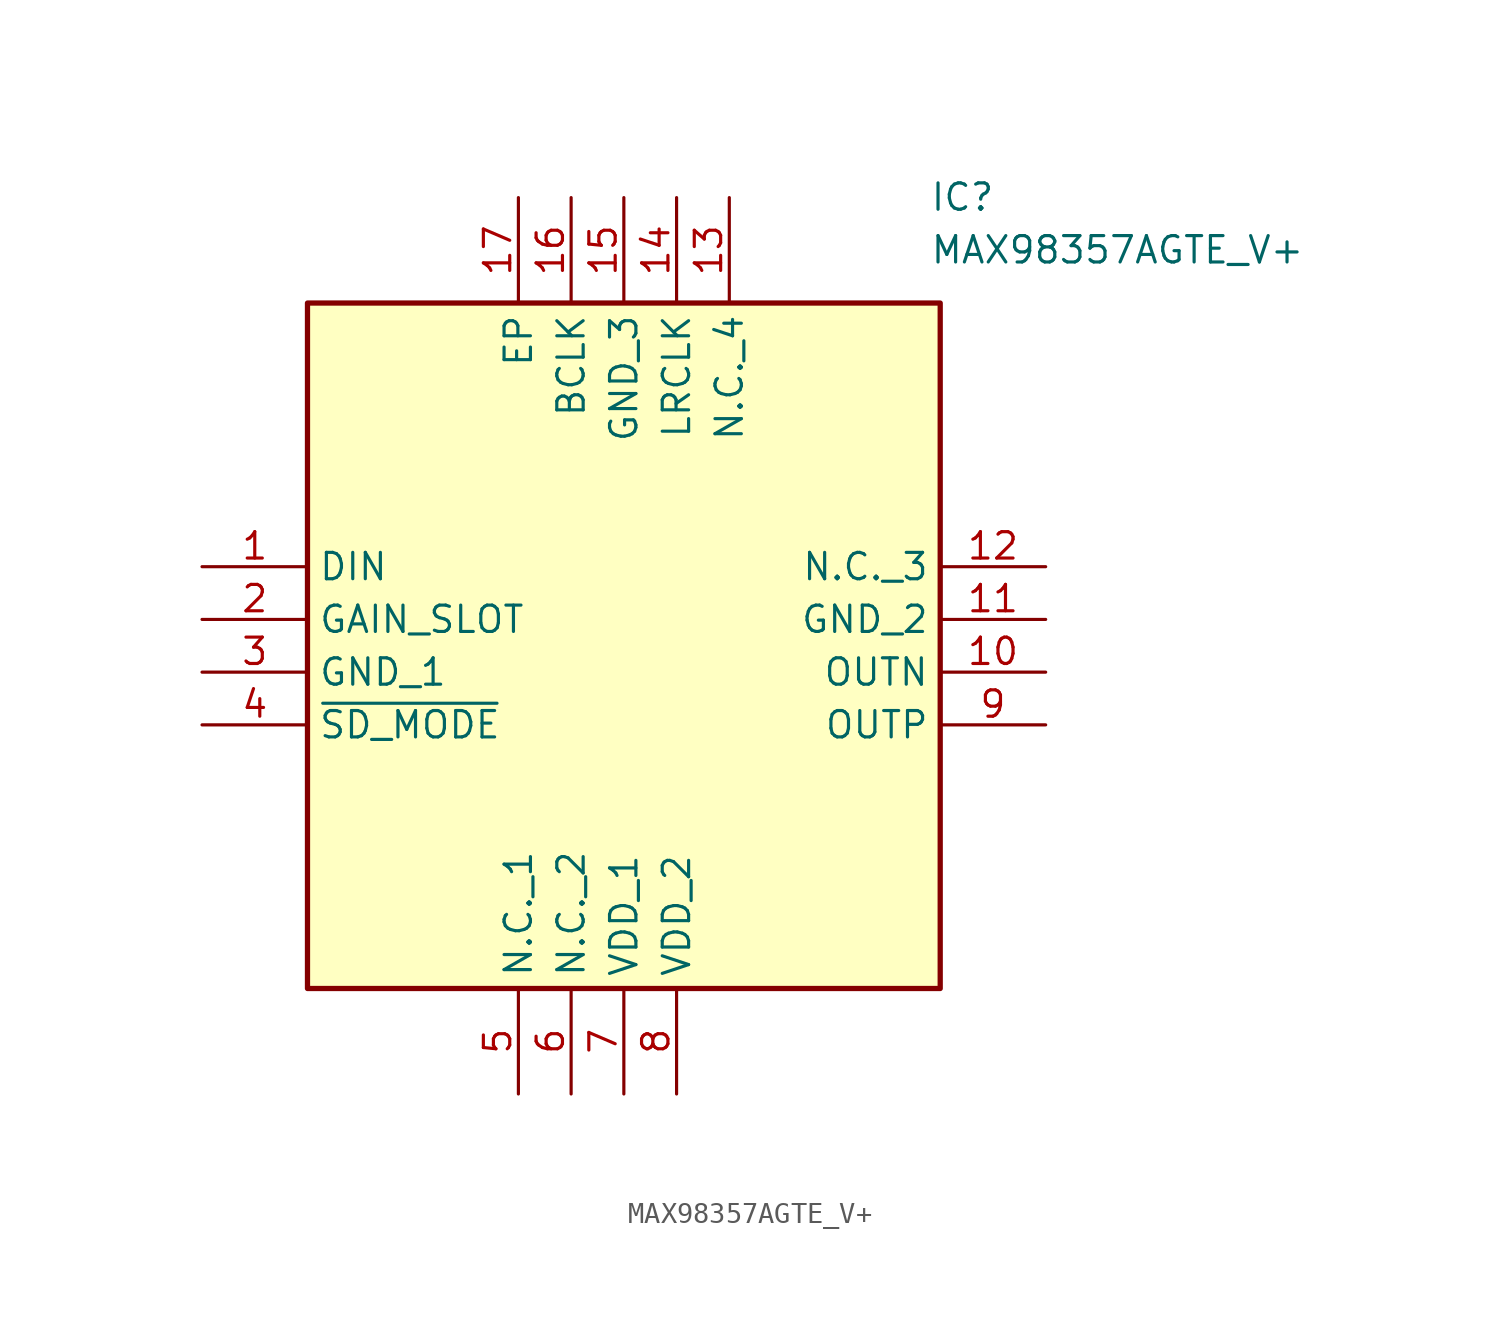
<source format=kicad_sym>
(kicad_symbol_lib
  (version 20231120)
  (generator "kicad_symbol_editor")
  (generator_version "8.0")
  (symbol "MAX98357AGTE_V+"
    (property "Reference" "IC"
      (at 16.002 22.352 0)
      (effects (font (size 1.27 1.27)) (justify left top)))
    (property "Value" "MAX98357AGTE_V+"
      (at 16.002 19.812 0)
      (effects (font (size 1.27 1.27)) (justify left top)))
    (symbol "MAX98357AGTE_V+_1_1"
      (rectangle (start -13.97 16.51) (end 16.51 -16.51) (stroke (width 0.254) (type default)) (fill (type background)))
      (pin passive line (at -19.05 3.81 0) (length 5.08) (name "DIN" (effects (font (size 1.27 1.27)))) (number "1" (effects (font (size 1.27 1.27)))))
      (pin passive line (at 21.59 -1.27 180) (length 5.08) (name "OUTN" (effects (font (size 1.27 1.27)))) (number "10" (effects (font (size 1.27 1.27)))))
      (pin passive line (at 21.59 1.27 180) (length 5.08) (name "GND_2" (effects (font (size 1.27 1.27)))) (number "11" (effects (font (size 1.27 1.27)))))
      (pin passive line (at 21.59 3.81 180) (length 5.08) (name "N.C._3" (effects (font (size 1.27 1.27)))) (number "12" (effects (font (size 1.27 1.27)))))
      (pin passive line (at 6.35 21.59 270) (length 5.08) (name "N.C._4" (effects (font (size 1.27 1.27)))) (number "13" (effects (font (size 1.27 1.27)))))
      (pin passive line (at 3.81 21.59 270) (length 5.08) (name "LRCLK" (effects (font (size 1.27 1.27)))) (number "14" (effects (font (size 1.27 1.27)))))
      (pin passive line (at 1.27 21.59 270) (length 5.08) (name "GND_3" (effects (font (size 1.27 1.27)))) (number "15" (effects (font (size 1.27 1.27)))))
      (pin passive line (at -1.27 21.59 270) (length 5.08) (name "BCLK" (effects (font (size 1.27 1.27)))) (number "16" (effects (font (size 1.27 1.27)))))
      (pin passive line (at -3.81 21.59 270) (length 5.08) (name "EP" (effects (font (size 1.27 1.27)))) (number "17" (effects (font (size 1.27 1.27)))))
      (pin passive line (at -19.05 1.27 0) (length 5.08) (name "GAIN_SLOT" (effects (font (size 1.27 1.27)))) (number "2" (effects (font (size 1.27 1.27)))))
      (pin passive line (at -19.05 -1.27 0) (length 5.08) (name "GND_1" (effects (font (size 1.27 1.27)))) (number "3" (effects (font (size 1.27 1.27)))))
      (pin passive line (at -19.05 -3.81 0) (length 5.08) (name "~{SD_MODE}" (effects (font (size 1.27 1.27)))) (number "4" (effects (font (size 1.27 1.27)))))
      (pin passive line (at -3.81 -21.59 90) (length 5.08) (name "N.C._1" (effects (font (size 1.27 1.27)))) (number "5" (effects (font (size 1.27 1.27)))))
      (pin passive line (at -1.27 -21.59 90) (length 5.08) (name "N.C._2" (effects (font (size 1.27 1.27)))) (number "6" (effects (font (size 1.27 1.27)))))
      (pin passive line (at 1.27 -21.59 90) (length 5.08) (name "VDD_1" (effects (font (size 1.27 1.27)))) (number "7" (effects (font (size 1.27 1.27)))))
      (pin passive line (at 3.81 -21.59 90) (length 5.08) (name "VDD_2" (effects (font (size 1.27 1.27)))) (number "8" (effects (font (size 1.27 1.27)))))
      (pin passive line (at 21.59 -3.81 180) (length 5.08) (name "OUTP" (effects (font (size 1.27 1.27)))) (number "9" (effects (font (size 1.27 1.27))))))))
</source>
